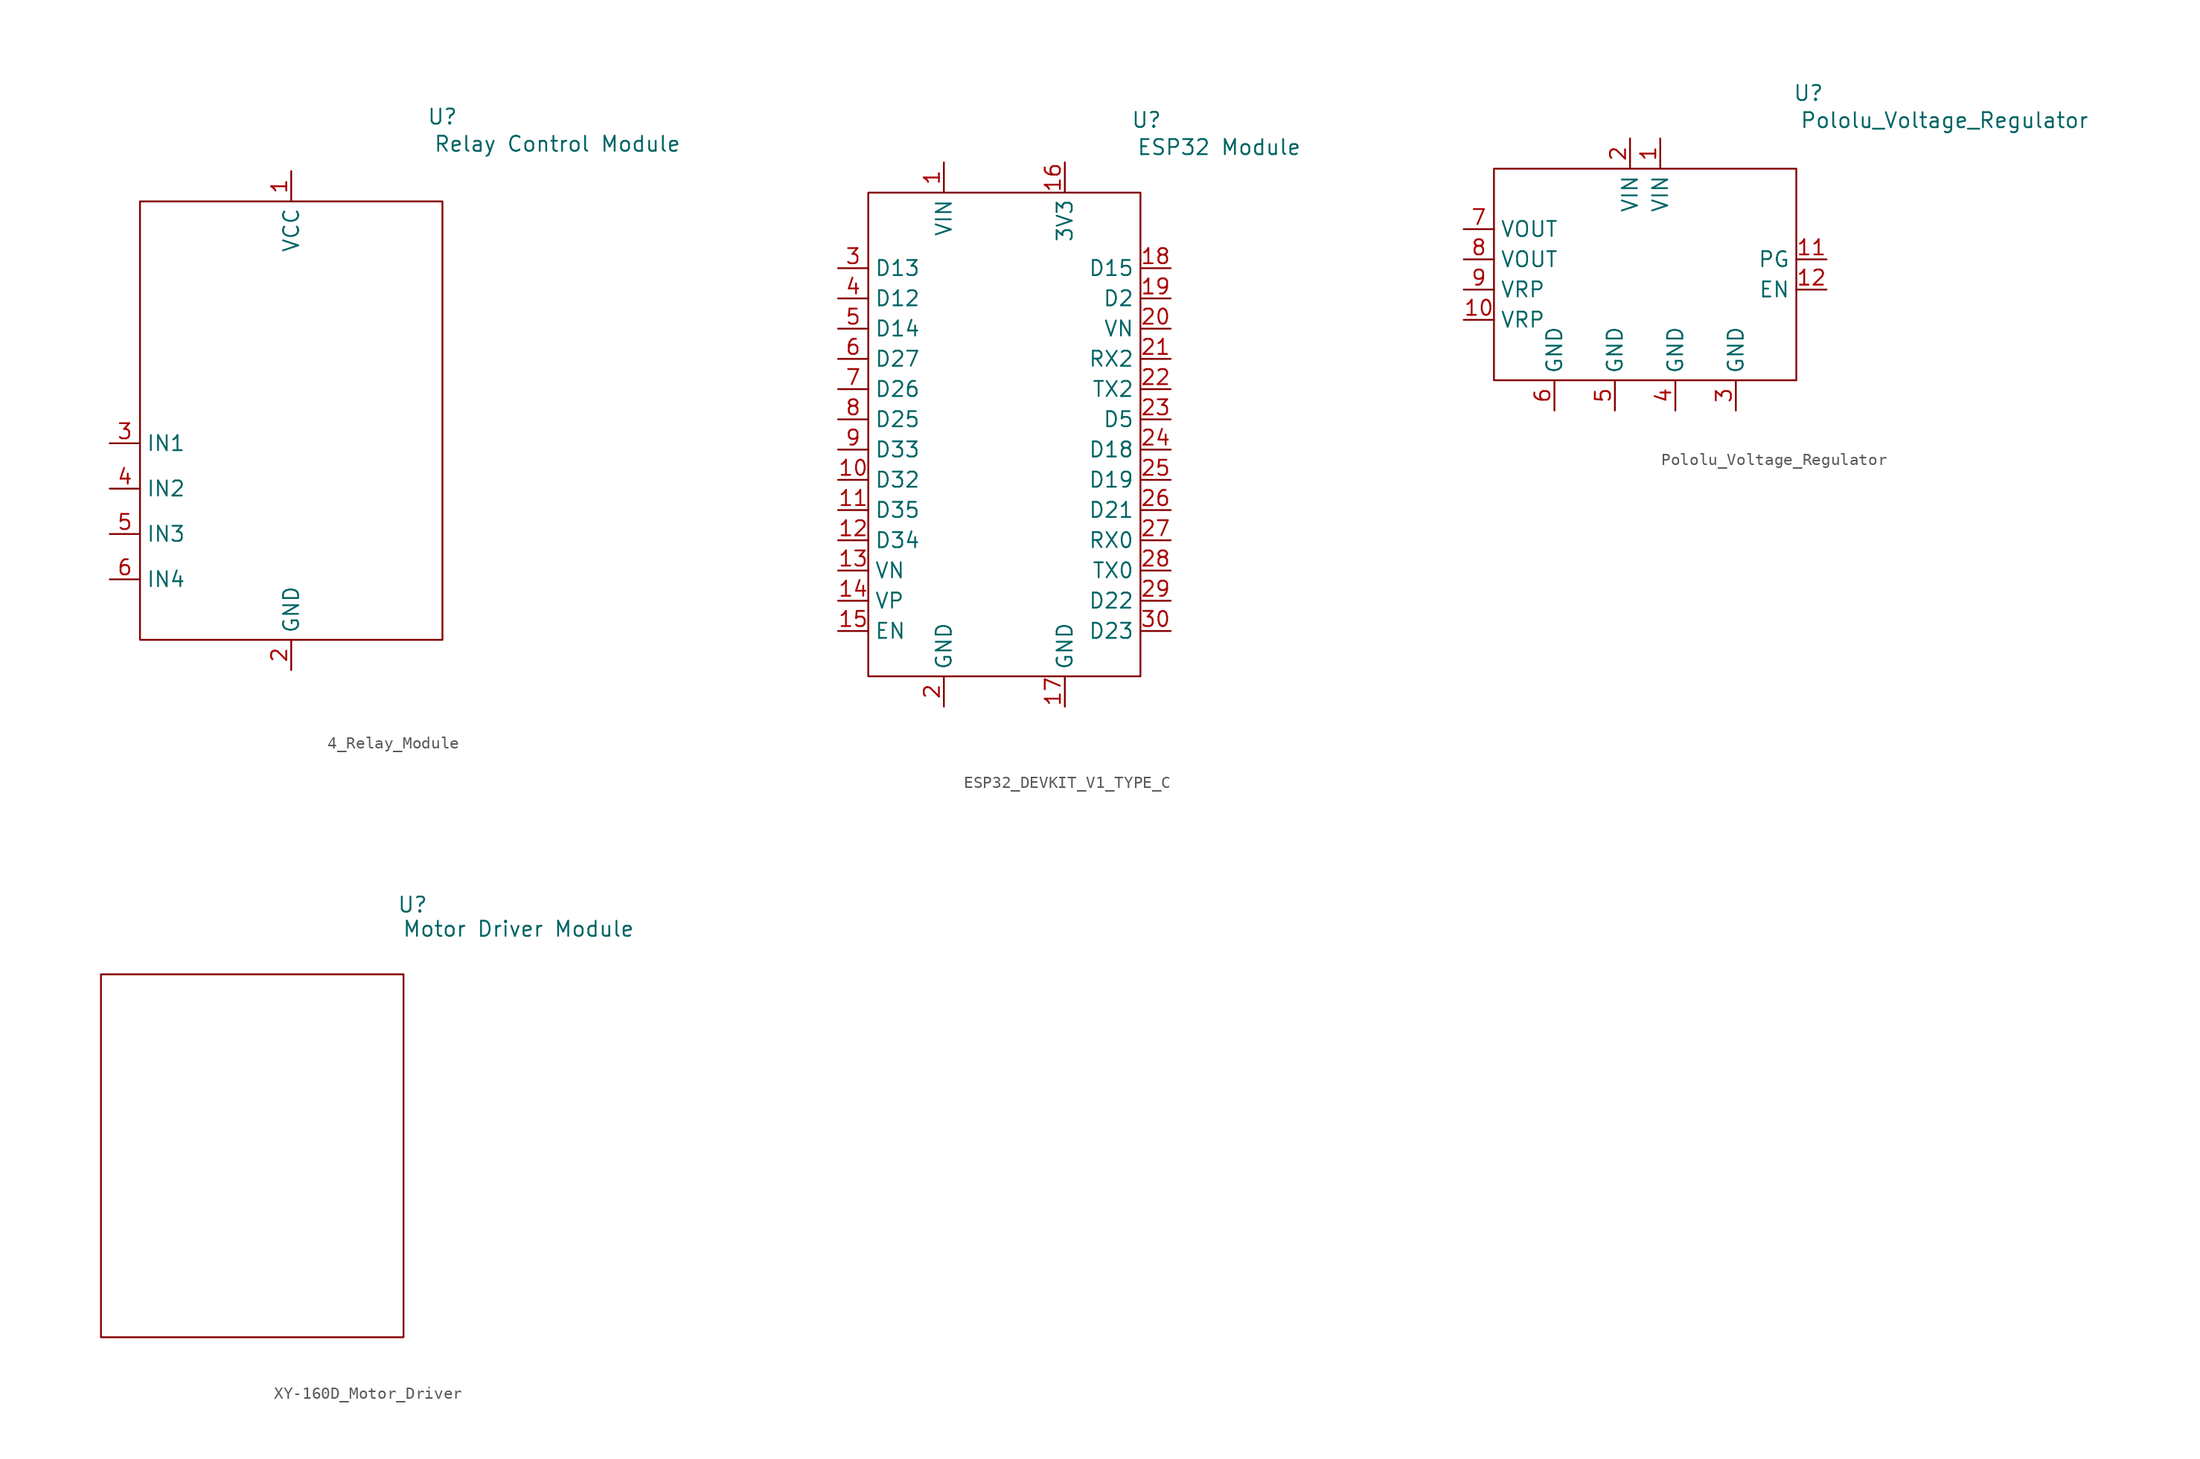
<source format=kicad_sym>
(kicad_symbol_lib
  (version 20241209)
  (generator "kicad_symbol_editor")
  (generator_version "9.0")
  (symbol "4_Relay_Module"
    (property "Reference" "U"
      (at 12.7 24.892 0)
      (effects (font (size 1.27 1.27))))
    (property "Value" "Relay Control Module"
      (at 22.352 22.606 0)
      (effects (font (size 1.27 1.27))))
    (symbol "4_Relay_Module_0_1"
      (rectangle (start -12.7 17.78) (end 12.7 -19.05) (stroke (width 0) (type default)) (fill (type none))))
    (symbol "4_Relay_Module_1_0"
      (pin power_in line (at 0 20.32 270) (length 2.54) (name "VCC" (effects (font (size 1.27 1.27)))) (number "1" (effects (font (size 1.27 1.27))))))
    (symbol "4_Relay_Module_1_1"
      (pin input line (at -15.24 -2.54 0) (length 2.54) (name "IN1" (effects (font (size 1.27 1.27)))) (number "3" (effects (font (size 1.27 1.27)))))
      (pin input line (at -15.24 -6.35 0) (length 2.54) (name "IN2" (effects (font (size 1.27 1.27)))) (number "4" (effects (font (size 1.27 1.27)))))
      (pin input line (at -15.24 -10.16 0) (length 2.54) (name "IN3" (effects (font (size 1.27 1.27)))) (number "5" (effects (font (size 1.27 1.27)))))
      (pin input line (at -15.24 -13.97 0) (length 2.54) (name "IN4" (effects (font (size 1.27 1.27)))) (number "6" (effects (font (size 1.27 1.27)))))
      (pin power_in line (at 0 -21.59 90) (length 2.54) (name "GND" (effects (font (size 1.27 1.27)))) (number "2" (effects (font (size 1.27 1.27)))))))
  (symbol "ESP32_DEVKIT_V1_TYPE_C"
    (property "Reference" "U"
      (at 11.938 26.416 0)
      (effects (font (size 1.27 1.27))))
    (property "Value" "ESP32 Module"
      (at 18.034 24.13 0)
      (effects (font (size 1.27 1.27))))
    (symbol "ESP32_DEVKIT_V1_TYPE_C_0_1"
      (rectangle (start -11.43 20.32) (end 11.43 -20.32) (stroke (width 0) (type default)) (fill (type none))))
    (symbol "ESP32_DEVKIT_V1_TYPE_C_1_1"
      (pin output line (at -13.97 13.97 0) (length 2.54) (name "D13" (effects (font (size 1.27 1.27)))) (number "3" (effects (font (size 1.27 1.27)))))
      (pin output line (at -13.97 11.43 0) (length 2.54) (name "D12" (effects (font (size 1.27 1.27)))) (number "4" (effects (font (size 1.27 1.27)))))
      (pin output line (at -13.97 8.89 0) (length 2.54) (name "D14" (effects (font (size 1.27 1.27)))) (number "5" (effects (font (size 1.27 1.27)))))
      (pin output line (at -13.97 6.35 0) (length 2.54) (name "D27" (effects (font (size 1.27 1.27)))) (number "6" (effects (font (size 1.27 1.27)))))
      (pin output line (at -13.97 3.81 0) (length 2.54) (name "D26" (effects (font (size 1.27 1.27)))) (number "7" (effects (font (size 1.27 1.27)))))
      (pin output line (at -13.97 1.27 0) (length 2.54) (name "D25" (effects (font (size 1.27 1.27)))) (number "8" (effects (font (size 1.27 1.27)))))
      (pin output line (at -13.97 -1.27 0) (length 2.54) (name "D33" (effects (font (size 1.27 1.27)))) (number "9" (effects (font (size 1.27 1.27)))))
      (pin output line (at -13.97 -3.81 0) (length 2.54) (name "D32" (effects (font (size 1.27 1.27)))) (number "10" (effects (font (size 1.27 1.27)))))
      (pin output line (at -13.97 -6.35 0) (length 2.54) (name "D35" (effects (font (size 1.27 1.27)))) (number "11" (effects (font (size 1.27 1.27)))))
      (pin output line (at -13.97 -8.89 0) (length 2.54) (name "D34" (effects (font (size 1.27 1.27)))) (number "12" (effects (font (size 1.27 1.27)))))
      (pin output line (at -13.97 -11.43 0) (length 2.54) (name "VN" (effects (font (size 1.27 1.27)))) (number "13" (effects (font (size 1.27 1.27)))))
      (pin output line (at -13.97 -13.97 0) (length 2.54) (name "VP" (effects (font (size 1.27 1.27)))) (number "14" (effects (font (size 1.27 1.27)))))
      (pin output line (at -13.97 -16.51 0) (length 2.54) (name "EN" (effects (font (size 1.27 1.27)))) (number "15" (effects (font (size 1.27 1.27)))))
      (pin power_in line (at -5.08 22.86 270) (length 2.54) (name "VIN" (effects (font (size 1.27 1.27)))) (number "1" (effects (font (size 1.27 1.27)))))
      (pin power_in line (at -5.08 -22.86 90) (length 2.54) (name "GND" (effects (font (size 1.27 1.27)))) (number "2" (effects (font (size 1.27 1.27)))))
      (pin power_out line (at 5.08 22.86 270) (length 2.54) (name "3V3" (effects (font (size 1.27 1.27)))) (number "16" (effects (font (size 1.27 1.27)))))
      (pin power_in line (at 5.08 -22.86 90) (length 2.54) (name "GND" (effects (font (size 1.27 1.27)))) (number "17" (effects (font (size 1.27 1.27)))))
      (pin output line (at 13.97 13.97 180) (length 2.54) (name "D15" (effects (font (size 1.27 1.27)))) (number "18" (effects (font (size 1.27 1.27)))))
      (pin output line (at 13.97 11.43 180) (length 2.54) (name "D2" (effects (font (size 1.27 1.27)))) (number "19" (effects (font (size 1.27 1.27)))))
      (pin output line (at 13.97 8.89 180) (length 2.54) (name "VN" (effects (font (size 1.27 1.27)))) (number "20" (effects (font (size 1.27 1.27)))))
      (pin output line (at 13.97 6.35 180) (length 2.54) (name "RX2" (effects (font (size 1.27 1.27)))) (number "21" (effects (font (size 1.27 1.27)))))
      (pin output line (at 13.97 3.81 180) (length 2.54) (name "TX2" (effects (font (size 1.27 1.27)))) (number "22" (effects (font (size 1.27 1.27)))))
      (pin output line (at 13.97 1.27 180) (length 2.54) (name "D5" (effects (font (size 1.27 1.27)))) (number "23" (effects (font (size 1.27 1.27)))))
      (pin output line (at 13.97 -1.27 180) (length 2.54) (name "D18" (effects (font (size 1.27 1.27)))) (number "24" (effects (font (size 1.27 1.27)))))
      (pin output line (at 13.97 -3.81 180) (length 2.54) (name "D19" (effects (font (size 1.27 1.27)))) (number "25" (effects (font (size 1.27 1.27)))))
      (pin output line (at 13.97 -6.35 180) (length 2.54) (name "D21" (effects (font (size 1.27 1.27)))) (number "26" (effects (font (size 1.27 1.27)))))
      (pin output line (at 13.97 -8.89 180) (length 2.54) (name "RX0" (effects (font (size 1.27 1.27)))) (number "27" (effects (font (size 1.27 1.27)))))
      (pin output line (at 13.97 -11.43 180) (length 2.54) (name "TX0" (effects (font (size 1.27 1.27)))) (number "28" (effects (font (size 1.27 1.27)))))
      (pin output line (at 13.97 -13.97 180) (length 2.54) (name "D22" (effects (font (size 1.27 1.27)))) (number "29" (effects (font (size 1.27 1.27)))))
      (pin output line (at 13.97 -16.51 180) (length 2.54) (name "D23" (effects (font (size 1.27 1.27)))) (number "30" (effects (font (size 1.27 1.27)))))))
  (symbol "Pololu_Voltage_Regulator"
    (property "Reference" "U"
      (at 13.716 15.24 0)
      (effects (font (size 1.27 1.27))))
    (property "Value" "Pololu_Voltage_Regulator"
      (at 25.146 12.954 0)
      (effects (font (size 1.27 1.27))))
    (symbol "Pololu_Voltage_Regulator_0_1"
      (rectangle (start -12.7 8.89) (end 12.7 -8.89) (stroke (width 0) (type default)) (fill (type none))))
    (symbol "Pololu_Voltage_Regulator_1_1"
      (pin power_out line (at -15.24 3.81 0) (length 2.54) (name "VOUT" (effects (font (size 1.27 1.27)))) (number "7" (effects (font (size 1.27 1.27)))))
      (pin power_out line (at -15.24 1.27 0) (length 2.54) (name "VOUT" (effects (font (size 1.27 1.27)))) (number "8" (effects (font (size 1.27 1.27)))))
      (pin power_out line (at -15.24 -1.27 0) (length 2.54) (name "VRP" (effects (font (size 1.27 1.27)))) (number "9" (effects (font (size 1.27 1.27)))))
      (pin power_out line (at -15.24 -3.81 0) (length 2.54) (name "VRP" (effects (font (size 1.27 1.27)))) (number "10" (effects (font (size 1.27 1.27)))))
      (pin power_in line (at -7.62 -11.43 90) (length 2.54) (name "GND" (effects (font (size 1.27 1.27)))) (number "6" (effects (font (size 1.27 1.27)))))
      (pin power_in line (at -2.54 -11.43 90) (length 2.54) (name "GND" (effects (font (size 1.27 1.27)))) (number "5" (effects (font (size 1.27 1.27)))))
      (pin power_in line (at -1.27 11.43 270) (length 2.54) (name "VIN" (effects (font (size 1.27 1.27)))) (number "2" (effects (font (size 1.27 1.27)))))
      (pin power_in line (at 1.27 11.43 270) (length 2.54) (name "VIN" (effects (font (size 1.27 1.27)))) (number "1" (effects (font (size 1.27 1.27)))))
      (pin power_in line (at 2.54 -11.43 90) (length 2.54) (name "GND" (effects (font (size 1.27 1.27)))) (number "4" (effects (font (size 1.27 1.27)))))
      (pin power_in line (at 7.62 -11.43 90) (length 2.54) (name "GND" (effects (font (size 1.27 1.27)))) (number "3" (effects (font (size 1.27 1.27)))))
      (pin output line (at 15.24 1.27 180) (length 2.54) (name "PG" (effects (font (size 1.27 1.27)))) (number "11" (effects (font (size 1.27 1.27)))))
      (pin input line (at 15.24 -1.27 180) (length 2.54) (name "EN" (effects (font (size 1.27 1.27)))) (number "12" (effects (font (size 1.27 1.27)))))))
  (symbol "XY-160D_Motor_Driver"
    (property "Reference" "U"
      (at 13.462 21.082 0)
      (effects (font (size 1.27 1.27))))
    (property "Value" "Motor Driver Module"
      (at 22.352 19.05 0)
      (effects (font (size 1.27 1.27))))
    (symbol "XY-160D_Motor_Driver_0_1"
      (rectangle (start -12.7 15.24) (end 12.7 -15.24) (stroke (width 0) (type default)) (fill (type none))))))
</source>
